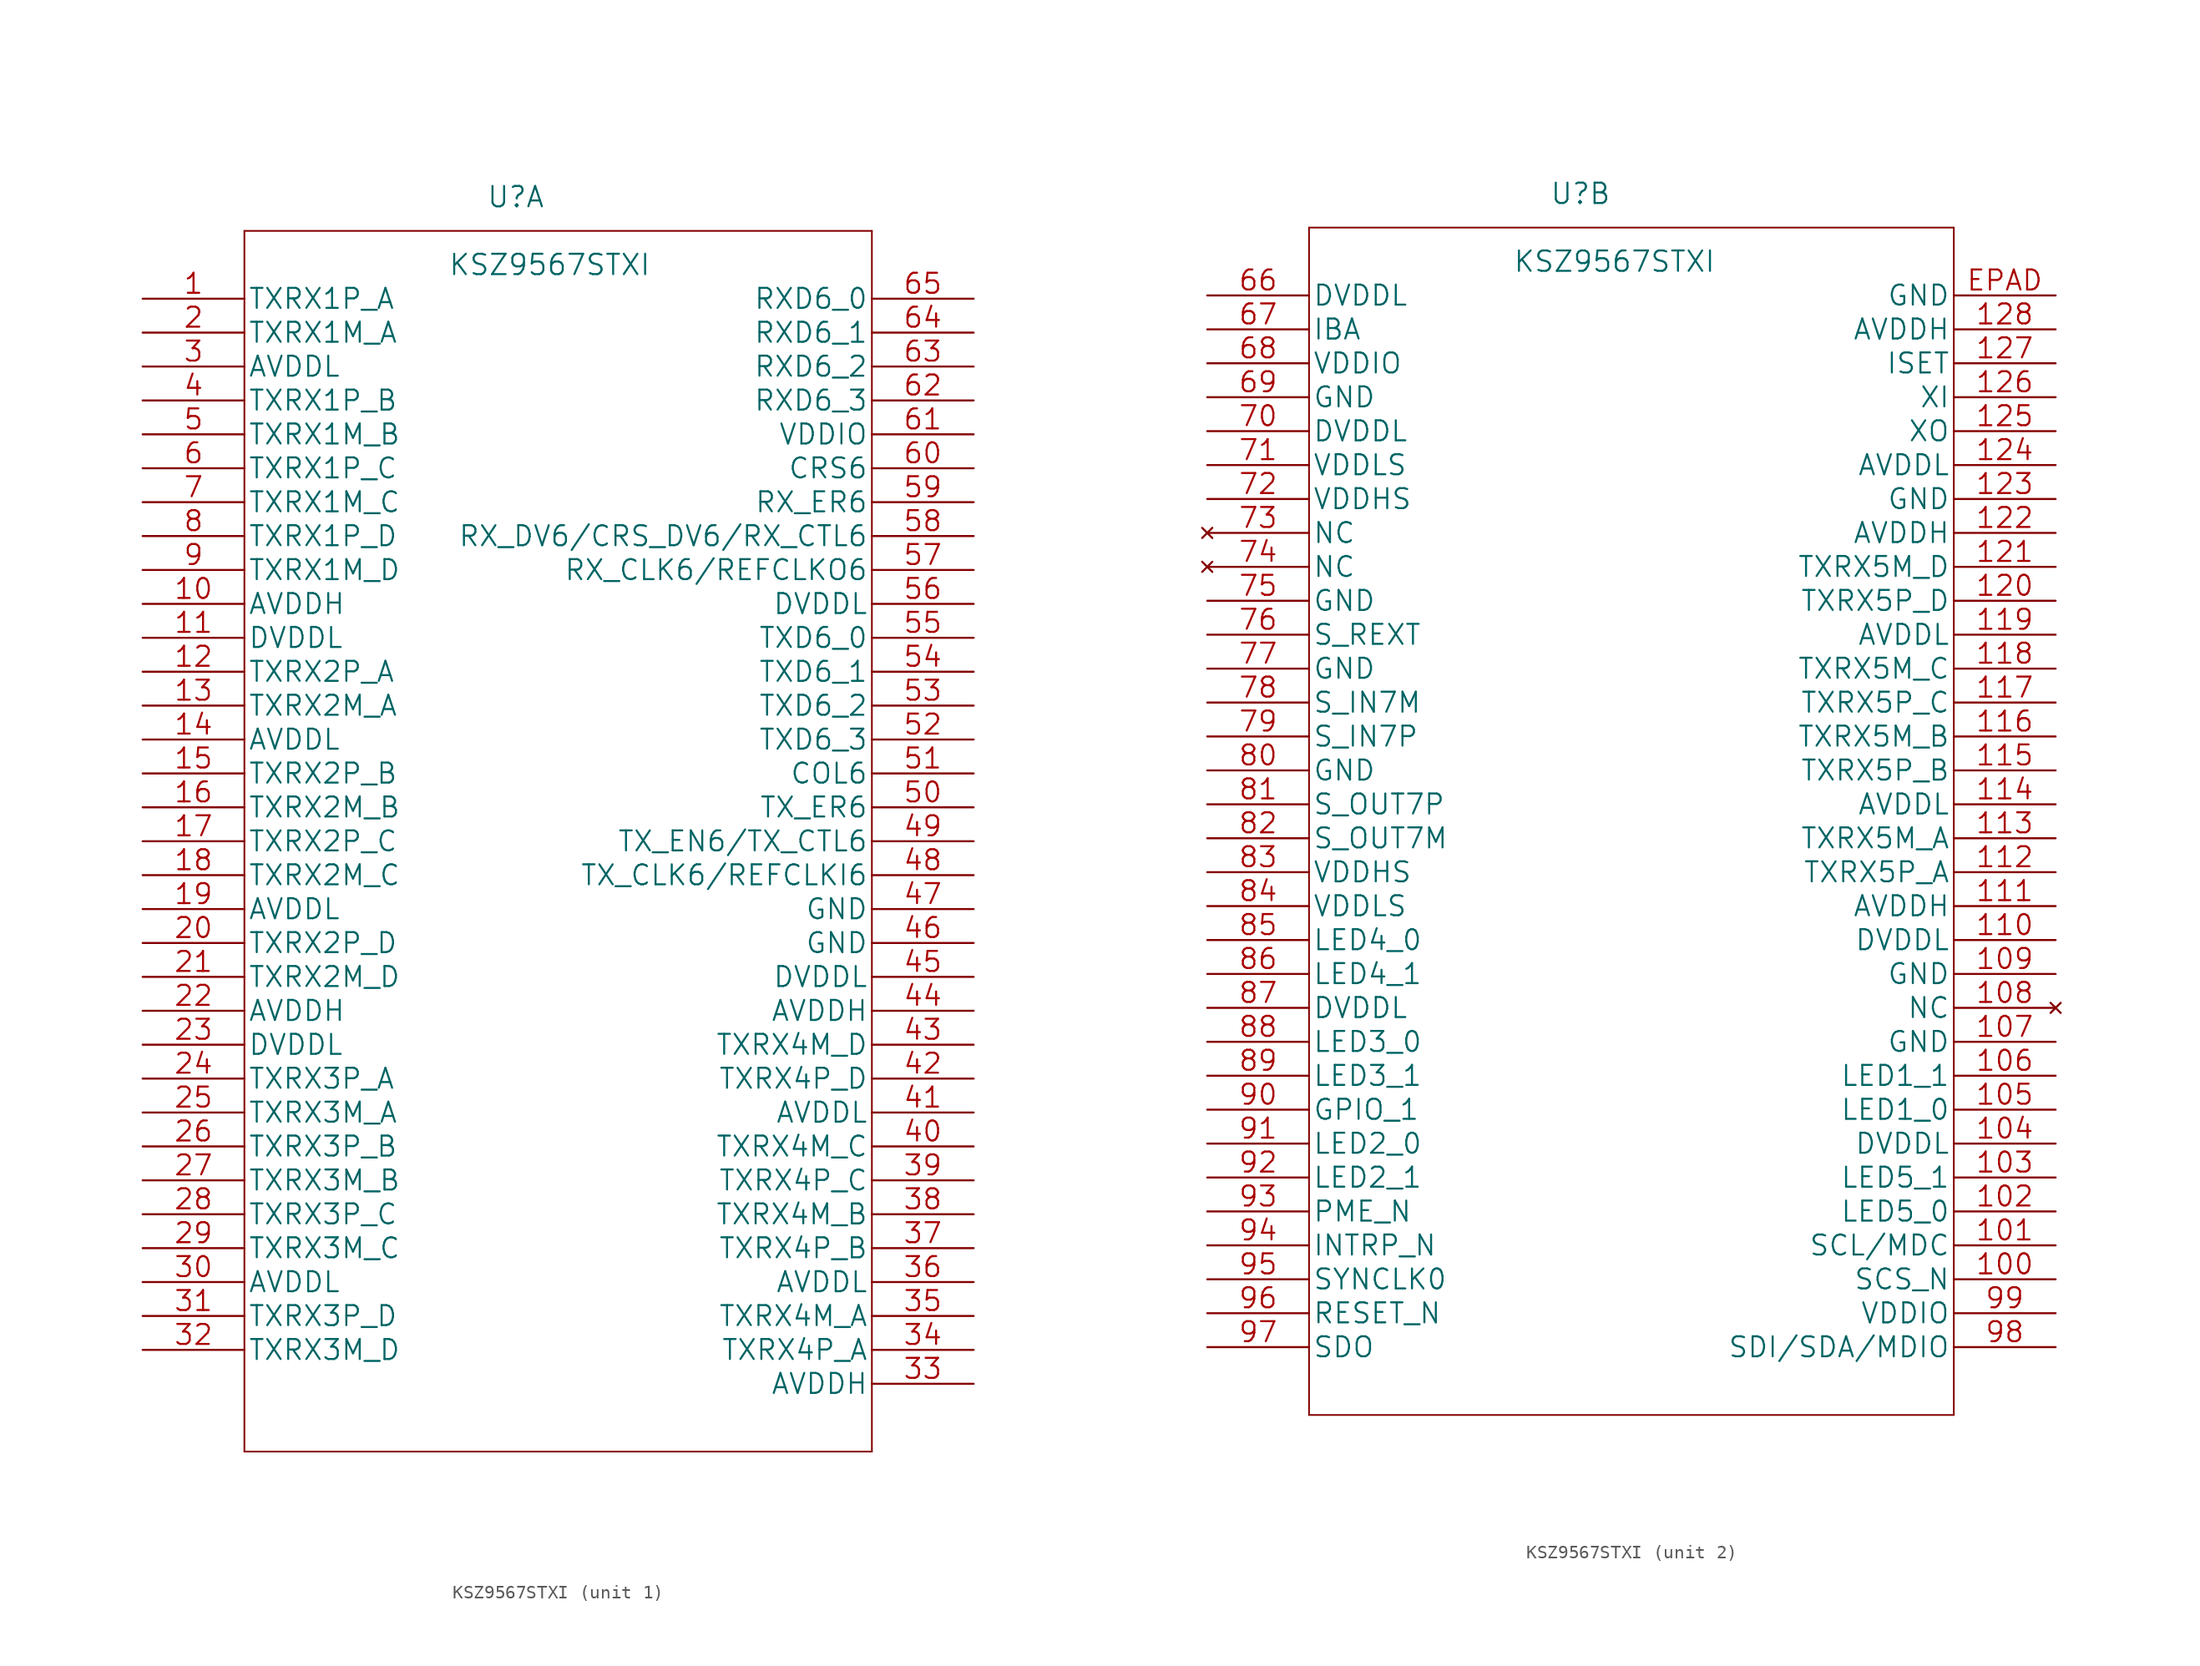
<source format=kicad_sym>
(kicad_symbol_lib
  (version 20220914)
  (generator kicad_symbol_editor)
  (symbol "KSZ9567STXI"
    (pin_names
      (offset 0.254))
    (property "Reference" "U"
      (at 27.94 7.62 0)
      (effects (font (size 1.524 1.524))))
    (property "Value" "KSZ9567STXI"
      (at 30.48 2.54 0)
      (effects (font (size 1.524 1.524))))
    (property "Datasheet" ""
      (at 0 0 0)
      (effects (font (size 1.524 1.524))))
    (property "ki_locked" ""
      (at 0 0 0)
      (effects (font (size 1.27 1.27))))
    (symbol "KSZ9567STXI_1_1"
      (polyline (pts (xy 7.62 -86.36) (xy 54.61 -86.36)) (stroke (width 0.127) (type default)) (fill (type none)))
      (polyline (pts (xy 7.62 5.08) (xy 7.62 -86.36)) (stroke (width 0.127) (type default)) (fill (type none)))
      (polyline (pts (xy 54.61 -86.36) (xy 54.61 5.08)) (stroke (width 0.127) (type default)) (fill (type none)))
      (polyline (pts (xy 54.61 5.08) (xy 7.62 5.08)) (stroke (width 0.127) (type default)) (fill (type none)))
      (pin bidirectional line (at 0 0 0) (length 7.62) (name "TXRX1P_A" (effects (font (size 1.499 1.499)))) (number "1" (effects (font (size 1.499 1.499)))))
      (pin power_in line (at 0 -22.86 0) (length 7.62) (name "AVDDH" (effects (font (size 1.499 1.499)))) (number "10" (effects (font (size 1.499 1.499)))))
      (pin power_in line (at 0 -25.4 0) (length 7.62) (name "DVDDL" (effects (font (size 1.499 1.499)))) (number "11" (effects (font (size 1.499 1.499)))))
      (pin bidirectional line (at 0 -27.94 0) (length 7.62) (name "TXRX2P_A" (effects (font (size 1.499 1.499)))) (number "12" (effects (font (size 1.499 1.499)))))
      (pin bidirectional line (at 0 -30.48 0) (length 7.62) (name "TXRX2M_A" (effects (font (size 1.499 1.499)))) (number "13" (effects (font (size 1.499 1.499)))))
      (pin power_in line (at 0 -33.02 0) (length 7.62) (name "AVDDL" (effects (font (size 1.499 1.499)))) (number "14" (effects (font (size 1.499 1.499)))))
      (pin bidirectional line (at 0 -35.56 0) (length 7.62) (name "TXRX2P_B" (effects (font (size 1.499 1.499)))) (number "15" (effects (font (size 1.499 1.499)))))
      (pin bidirectional line (at 0 -38.1 0) (length 7.62) (name "TXRX2M_B" (effects (font (size 1.499 1.499)))) (number "16" (effects (font (size 1.499 1.499)))))
      (pin bidirectional line (at 0 -40.64 0) (length 7.62) (name "TXRX2P_C" (effects (font (size 1.499 1.499)))) (number "17" (effects (font (size 1.499 1.499)))))
      (pin bidirectional line (at 0 -43.18 0) (length 7.62) (name "TXRX2M_C" (effects (font (size 1.499 1.499)))) (number "18" (effects (font (size 1.499 1.499)))))
      (pin power_in line (at 0 -45.72 0) (length 7.62) (name "AVDDL" (effects (font (size 1.499 1.499)))) (number "19" (effects (font (size 1.499 1.499)))))
      (pin bidirectional line (at 0 -2.54 0) (length 7.62) (name "TXRX1M_A" (effects (font (size 1.499 1.499)))) (number "2" (effects (font (size 1.499 1.499)))))
      (pin bidirectional line (at 0 -48.26 0) (length 7.62) (name "TXRX2P_D" (effects (font (size 1.499 1.499)))) (number "20" (effects (font (size 1.499 1.499)))))
      (pin bidirectional line (at 0 -50.8 0) (length 7.62) (name "TXRX2M_D" (effects (font (size 1.499 1.499)))) (number "21" (effects (font (size 1.499 1.499)))))
      (pin power_in line (at 0 -53.34 0) (length 7.62) (name "AVDDH" (effects (font (size 1.499 1.499)))) (number "22" (effects (font (size 1.499 1.499)))))
      (pin power_in line (at 0 -55.88 0) (length 7.62) (name "DVDDL" (effects (font (size 1.499 1.499)))) (number "23" (effects (font (size 1.499 1.499)))))
      (pin bidirectional line (at 0 -58.42 0) (length 7.62) (name "TXRX3P_A" (effects (font (size 1.499 1.499)))) (number "24" (effects (font (size 1.499 1.499)))))
      (pin bidirectional line (at 0 -60.96 0) (length 7.62) (name "TXRX3M_A" (effects (font (size 1.499 1.499)))) (number "25" (effects (font (size 1.499 1.499)))))
      (pin bidirectional line (at 0 -63.5 0) (length 7.62) (name "TXRX3P_B" (effects (font (size 1.499 1.499)))) (number "26" (effects (font (size 1.499 1.499)))))
      (pin bidirectional line (at 0 -66.04 0) (length 7.62) (name "TXRX3M_B" (effects (font (size 1.499 1.499)))) (number "27" (effects (font (size 1.499 1.499)))))
      (pin bidirectional line (at 0 -68.58 0) (length 7.62) (name "TXRX3P_C" (effects (font (size 1.499 1.499)))) (number "28" (effects (font (size 1.499 1.499)))))
      (pin bidirectional line (at 0 -71.12 0) (length 7.62) (name "TXRX3M_C" (effects (font (size 1.499 1.499)))) (number "29" (effects (font (size 1.499 1.499)))))
      (pin power_in line (at 0 -5.08 0) (length 7.62) (name "AVDDL" (effects (font (size 1.499 1.499)))) (number "3" (effects (font (size 1.499 1.499)))))
      (pin power_in line (at 0 -73.66 0) (length 7.62) (name "AVDDL" (effects (font (size 1.499 1.499)))) (number "30" (effects (font (size 1.499 1.499)))))
      (pin bidirectional line (at 0 -76.2 0) (length 7.62) (name "TXRX3P_D" (effects (font (size 1.499 1.499)))) (number "31" (effects (font (size 1.499 1.499)))))
      (pin bidirectional line (at 0 -78.74 0) (length 7.62) (name "TXRX3M_D" (effects (font (size 1.499 1.499)))) (number "32" (effects (font (size 1.499 1.499)))))
      (pin power_in line (at 62.23 -81.28 180) (length 7.62) (name "AVDDH" (effects (font (size 1.499 1.499)))) (number "33" (effects (font (size 1.499 1.499)))))
      (pin bidirectional line (at 62.23 -78.74 180) (length 7.62) (name "TXRX4P_A" (effects (font (size 1.499 1.499)))) (number "34" (effects (font (size 1.499 1.499)))))
      (pin bidirectional line (at 62.23 -76.2 180) (length 7.62) (name "TXRX4M_A" (effects (font (size 1.499 1.499)))) (number "35" (effects (font (size 1.499 1.499)))))
      (pin power_in line (at 62.23 -73.66 180) (length 7.62) (name "AVDDL" (effects (font (size 1.499 1.499)))) (number "36" (effects (font (size 1.499 1.499)))))
      (pin bidirectional line (at 62.23 -71.12 180) (length 7.62) (name "TXRX4P_B" (effects (font (size 1.499 1.499)))) (number "37" (effects (font (size 1.499 1.499)))))
      (pin bidirectional line (at 62.23 -68.58 180) (length 7.62) (name "TXRX4M_B" (effects (font (size 1.499 1.499)))) (number "38" (effects (font (size 1.499 1.499)))))
      (pin bidirectional line (at 62.23 -66.04 180) (length 7.62) (name "TXRX4P_C" (effects (font (size 1.499 1.499)))) (number "39" (effects (font (size 1.499 1.499)))))
      (pin bidirectional line (at 0 -7.62 0) (length 7.62) (name "TXRX1P_B" (effects (font (size 1.499 1.499)))) (number "4" (effects (font (size 1.499 1.499)))))
      (pin bidirectional line (at 62.23 -63.5 180) (length 7.62) (name "TXRX4M_C" (effects (font (size 1.499 1.499)))) (number "40" (effects (font (size 1.499 1.499)))))
      (pin power_in line (at 62.23 -60.96 180) (length 7.62) (name "AVDDL" (effects (font (size 1.499 1.499)))) (number "41" (effects (font (size 1.499 1.499)))))
      (pin bidirectional line (at 62.23 -58.42 180) (length 7.62) (name "TXRX4P_D" (effects (font (size 1.499 1.499)))) (number "42" (effects (font (size 1.499 1.499)))))
      (pin bidirectional line (at 62.23 -55.88 180) (length 7.62) (name "TXRX4M_D" (effects (font (size 1.499 1.499)))) (number "43" (effects (font (size 1.499 1.499)))))
      (pin power_in line (at 62.23 -53.34 180) (length 7.62) (name "AVDDH" (effects (font (size 1.499 1.499)))) (number "44" (effects (font (size 1.499 1.499)))))
      (pin power_in line (at 62.23 -50.8 180) (length 7.62) (name "DVDDL" (effects (font (size 1.499 1.499)))) (number "45" (effects (font (size 1.499 1.499)))))
      (pin power_in line (at 62.23 -48.26 180) (length 7.62) (name "GND" (effects (font (size 1.499 1.499)))) (number "46" (effects (font (size 1.499 1.499)))))
      (pin power_in line (at 62.23 -45.72 180) (length 7.62) (name "GND" (effects (font (size 1.499 1.499)))) (number "47" (effects (font (size 1.499 1.499)))))
      (pin bidirectional line (at 62.23 -43.18 180) (length 7.62) (name "TX_CLK6/REFCLKI6" (effects (font (size 1.499 1.499)))) (number "48" (effects (font (size 1.499 1.499)))))
      (pin input line (at 62.23 -40.64 180) (length 7.62) (name "TX_EN6/TX_CTL6" (effects (font (size 1.499 1.499)))) (number "49" (effects (font (size 1.499 1.499)))))
      (pin bidirectional line (at 0 -10.16 0) (length 7.62) (name "TXRX1M_B" (effects (font (size 1.499 1.499)))) (number "5" (effects (font (size 1.499 1.499)))))
      (pin input line (at 62.23 -38.1 180) (length 7.62) (name "TX_ER6" (effects (font (size 1.499 1.499)))) (number "50" (effects (font (size 1.499 1.499)))))
      (pin bidirectional line (at 62.23 -35.56 180) (length 7.62) (name "COL6" (effects (font (size 1.499 1.499)))) (number "51" (effects (font (size 1.499 1.499)))))
      (pin input line (at 62.23 -33.02 180) (length 7.62) (name "TXD6_3" (effects (font (size 1.499 1.499)))) (number "52" (effects (font (size 1.499 1.499)))))
      (pin input line (at 62.23 -30.48 180) (length 7.62) (name "TXD6_2" (effects (font (size 1.499 1.499)))) (number "53" (effects (font (size 1.499 1.499)))))
      (pin input line (at 62.23 -27.94 180) (length 7.62) (name "TXD6_1" (effects (font (size 1.499 1.499)))) (number "54" (effects (font (size 1.499 1.499)))))
      (pin input line (at 62.23 -25.4 180) (length 7.62) (name "TXD6_0" (effects (font (size 1.499 1.499)))) (number "55" (effects (font (size 1.499 1.499)))))
      (pin power_in line (at 62.23 -22.86 180) (length 7.62) (name "DVDDL" (effects (font (size 1.499 1.499)))) (number "56" (effects (font (size 1.499 1.499)))))
      (pin bidirectional line (at 62.23 -20.32 180) (length 7.62) (name "RX_CLK6/REFCLKO6" (effects (font (size 1.499 1.499)))) (number "57" (effects (font (size 1.499 1.499)))))
      (pin bidirectional line (at 62.23 -17.78 180) (length 7.62) (name "RX_DV6/CRS_DV6/RX_CTL6" (effects (font (size 1.499 1.499)))) (number "58" (effects (font (size 1.499 1.499)))))
      (pin output line (at 62.23 -15.24 180) (length 7.62) (name "RX_ER6" (effects (font (size 1.499 1.499)))) (number "59" (effects (font (size 1.499 1.499)))))
      (pin bidirectional line (at 0 -12.7 0) (length 7.62) (name "TXRX1P_C" (effects (font (size 1.499 1.499)))) (number "6" (effects (font (size 1.499 1.499)))))
      (pin bidirectional line (at 62.23 -12.7 180) (length 7.62) (name "CRS6" (effects (font (size 1.499 1.499)))) (number "60" (effects (font (size 1.499 1.499)))))
      (pin power_in line (at 62.23 -10.16 180) (length 7.62) (name "VDDIO" (effects (font (size 1.499 1.499)))) (number "61" (effects (font (size 1.499 1.499)))))
      (pin output line (at 62.23 -7.62 180) (length 7.62) (name "RXD6_3" (effects (font (size 1.499 1.499)))) (number "62" (effects (font (size 1.499 1.499)))))
      (pin output line (at 62.23 -5.08 180) (length 7.62) (name "RXD6_2" (effects (font (size 1.499 1.499)))) (number "63" (effects (font (size 1.499 1.499)))))
      (pin output line (at 62.23 -2.54 180) (length 7.62) (name "RXD6_1" (effects (font (size 1.499 1.499)))) (number "64" (effects (font (size 1.499 1.499)))))
      (pin output line (at 62.23 0 180) (length 7.62) (name "RXD6_0" (effects (font (size 1.499 1.499)))) (number "65" (effects (font (size 1.499 1.499)))))
      (pin bidirectional line (at 0 -15.24 0) (length 7.62) (name "TXRX1M_C" (effects (font (size 1.499 1.499)))) (number "7" (effects (font (size 1.499 1.499)))))
      (pin bidirectional line (at 0 -17.78 0) (length 7.62) (name "TXRX1P_D" (effects (font (size 1.499 1.499)))) (number "8" (effects (font (size 1.499 1.499)))))
      (pin bidirectional line (at 0 -20.32 0) (length 7.62) (name "TXRX1M_D" (effects (font (size 1.499 1.499)))) (number "9" (effects (font (size 1.499 1.499))))))
    (symbol "KSZ9567STXI_2_1"
      (polyline (pts (xy 7.62 -83.82) (xy 55.88 -83.82)) (stroke (width 0.127) (type default)) (fill (type none)))
      (polyline (pts (xy 7.62 5.08) (xy 7.62 -83.82)) (stroke (width 0.127) (type default)) (fill (type none)))
      (polyline (pts (xy 55.88 -83.82) (xy 55.88 5.08)) (stroke (width 0.127) (type default)) (fill (type none)))
      (polyline (pts (xy 55.88 5.08) (xy 7.62 5.08)) (stroke (width 0.127) (type default)) (fill (type none)))
      (pin input line (at 63.5 -73.66 180) (length 7.62) (name "SCS_N" (effects (font (size 1.499 1.499)))) (number "100" (effects (font (size 1.499 1.499)))))
      (pin input line (at 63.5 -71.12 180) (length 7.62) (name "SCL/MDC" (effects (font (size 1.499 1.499)))) (number "101" (effects (font (size 1.499 1.499)))))
      (pin bidirectional line (at 63.5 -68.58 180) (length 7.62) (name "LED5_0" (effects (font (size 1.499 1.499)))) (number "102" (effects (font (size 1.499 1.499)))))
      (pin bidirectional line (at 63.5 -66.04 180) (length 7.62) (name "LED5_1" (effects (font (size 1.499 1.499)))) (number "103" (effects (font (size 1.499 1.499)))))
      (pin power_in line (at 63.5 -63.5 180) (length 7.62) (name "DVDDL" (effects (font (size 1.499 1.499)))) (number "104" (effects (font (size 1.499 1.499)))))
      (pin bidirectional line (at 63.5 -60.96 180) (length 7.62) (name "LED1_0" (effects (font (size 1.499 1.499)))) (number "105" (effects (font (size 1.499 1.499)))))
      (pin bidirectional line (at 63.5 -58.42 180) (length 7.62) (name "LED1_1" (effects (font (size 1.499 1.499)))) (number "106" (effects (font (size 1.499 1.499)))))
      (pin power_in line (at 63.5 -55.88 180) (length 7.62) (name "GND" (effects (font (size 1.499 1.499)))) (number "107" (effects (font (size 1.499 1.499)))))
      (pin no_connect line (at 63.5 -53.34 180) (length 7.62) (name "NC" (effects (font (size 1.499 1.499)))) (number "108" (effects (font (size 1.499 1.499)))))
      (pin power_in line (at 63.5 -50.8 180) (length 7.62) (name "GND" (effects (font (size 1.499 1.499)))) (number "109" (effects (font (size 1.499 1.499)))))
      (pin power_in line (at 63.5 -48.26 180) (length 7.62) (name "DVDDL" (effects (font (size 1.499 1.499)))) (number "110" (effects (font (size 1.499 1.499)))))
      (pin power_in line (at 63.5 -45.72 180) (length 7.62) (name "AVDDH" (effects (font (size 1.499 1.499)))) (number "111" (effects (font (size 1.499 1.499)))))
      (pin bidirectional line (at 63.5 -43.18 180) (length 7.62) (name "TXRX5P_A" (effects (font (size 1.499 1.499)))) (number "112" (effects (font (size 1.499 1.499)))))
      (pin bidirectional line (at 63.5 -40.64 180) (length 7.62) (name "TXRX5M_A" (effects (font (size 1.499 1.499)))) (number "113" (effects (font (size 1.499 1.499)))))
      (pin power_in line (at 63.5 -38.1 180) (length 7.62) (name "AVDDL" (effects (font (size 1.499 1.499)))) (number "114" (effects (font (size 1.499 1.499)))))
      (pin bidirectional line (at 63.5 -35.56 180) (length 7.62) (name "TXRX5P_B" (effects (font (size 1.499 1.499)))) (number "115" (effects (font (size 1.499 1.499)))))
      (pin bidirectional line (at 63.5 -33.02 180) (length 7.62) (name "TXRX5M_B" (effects (font (size 1.499 1.499)))) (number "116" (effects (font (size 1.499 1.499)))))
      (pin bidirectional line (at 63.5 -30.48 180) (length 7.62) (name "TXRX5P_C" (effects (font (size 1.499 1.499)))) (number "117" (effects (font (size 1.499 1.499)))))
      (pin bidirectional line (at 63.5 -27.94 180) (length 7.62) (name "TXRX5M_C" (effects (font (size 1.499 1.499)))) (number "118" (effects (font (size 1.499 1.499)))))
      (pin power_in line (at 63.5 -25.4 180) (length 7.62) (name "AVDDL" (effects (font (size 1.499 1.499)))) (number "119" (effects (font (size 1.499 1.499)))))
      (pin bidirectional line (at 63.5 -22.86 180) (length 7.62) (name "TXRX5P_D" (effects (font (size 1.499 1.499)))) (number "120" (effects (font (size 1.499 1.499)))))
      (pin bidirectional line (at 63.5 -20.32 180) (length 7.62) (name "TXRX5M_D" (effects (font (size 1.499 1.499)))) (number "121" (effects (font (size 1.499 1.499)))))
      (pin power_in line (at 63.5 -17.78 180) (length 7.62) (name "AVDDH" (effects (font (size 1.499 1.499)))) (number "122" (effects (font (size 1.499 1.499)))))
      (pin power_in line (at 63.5 -15.24 180) (length 7.62) (name "GND" (effects (font (size 1.499 1.499)))) (number "123" (effects (font (size 1.499 1.499)))))
      (pin power_in line (at 63.5 -12.7 180) (length 7.62) (name "AVDDL" (effects (font (size 1.499 1.499)))) (number "124" (effects (font (size 1.499 1.499)))))
      (pin output line (at 63.5 -10.16 180) (length 7.62) (name "XO" (effects (font (size 1.499 1.499)))) (number "125" (effects (font (size 1.499 1.499)))))
      (pin input line (at 63.5 -7.62 180) (length 7.62) (name "XI" (effects (font (size 1.499 1.499)))) (number "126" (effects (font (size 1.499 1.499)))))
      (pin passive line (at 63.5 -5.08 180) (length 7.62) (name "ISET" (effects (font (size 1.499 1.499)))) (number "127" (effects (font (size 1.499 1.499)))))
      (pin power_in line (at 63.5 -2.54 180) (length 7.62) (name "AVDDH" (effects (font (size 1.499 1.499)))) (number "128" (effects (font (size 1.499 1.499)))))
      (pin power_in line (at 0 0 0) (length 7.62) (name "DVDDL" (effects (font (size 1.499 1.499)))) (number "66" (effects (font (size 1.499 1.499)))))
      (pin input line (at 0 -2.54 0) (length 7.62) (name "IBA" (effects (font (size 1.499 1.499)))) (number "67" (effects (font (size 1.499 1.499)))))
      (pin power_in line (at 0 -5.08 0) (length 7.62) (name "VDDIO" (effects (font (size 1.499 1.499)))) (number "68" (effects (font (size 1.499 1.499)))))
      (pin power_in line (at 0 -7.62 0) (length 7.62) (name "GND" (effects (font (size 1.499 1.499)))) (number "69" (effects (font (size 1.499 1.499)))))
      (pin power_in line (at 0 -10.16 0) (length 7.62) (name "DVDDL" (effects (font (size 1.499 1.499)))) (number "70" (effects (font (size 1.499 1.499)))))
      (pin power_in line (at 0 -12.7 0) (length 7.62) (name "VDDLS" (effects (font (size 1.499 1.499)))) (number "71" (effects (font (size 1.499 1.499)))))
      (pin input line (at 0 -15.24 0) (length 7.62) (name "VDDHS" (effects (font (size 1.499 1.499)))) (number "72" (effects (font (size 1.499 1.499)))))
      (pin no_connect line (at 0 -17.78 0) (length 7.62) (name "NC" (effects (font (size 1.499 1.499)))) (number "73" (effects (font (size 1.499 1.499)))))
      (pin no_connect line (at 0 -20.32 0) (length 7.62) (name "NC" (effects (font (size 1.499 1.499)))) (number "74" (effects (font (size 1.499 1.499)))))
      (pin power_in line (at 0 -22.86 0) (length 7.62) (name "GND" (effects (font (size 1.499 1.499)))) (number "75" (effects (font (size 1.499 1.499)))))
      (pin passive line (at 0 -25.4 0) (length 7.62) (name "S_REXT" (effects (font (size 1.499 1.499)))) (number "76" (effects (font (size 1.499 1.499)))))
      (pin power_in line (at 0 -27.94 0) (length 7.62) (name "GND" (effects (font (size 1.499 1.499)))) (number "77" (effects (font (size 1.499 1.499)))))
      (pin input line (at 0 -30.48 0) (length 7.62) (name "S_IN7M" (effects (font (size 1.499 1.499)))) (number "78" (effects (font (size 1.499 1.499)))))
      (pin input line (at 0 -33.02 0) (length 7.62) (name "S_IN7P" (effects (font (size 1.499 1.499)))) (number "79" (effects (font (size 1.499 1.499)))))
      (pin power_in line (at 0 -35.56 0) (length 7.62) (name "GND" (effects (font (size 1.499 1.499)))) (number "80" (effects (font (size 1.499 1.499)))))
      (pin output line (at 0 -38.1 0) (length 7.62) (name "S_OUT7P" (effects (font (size 1.499 1.499)))) (number "81" (effects (font (size 1.499 1.499)))))
      (pin output line (at 0 -40.64 0) (length 7.62) (name "S_OUT7M" (effects (font (size 1.499 1.499)))) (number "82" (effects (font (size 1.499 1.499)))))
      (pin power_in line (at 0 -43.18 0) (length 7.62) (name "VDDHS" (effects (font (size 1.499 1.499)))) (number "83" (effects (font (size 1.499 1.499)))))
      (pin power_in line (at 0 -45.72 0) (length 7.62) (name "VDDLS" (effects (font (size 1.499 1.499)))) (number "84" (effects (font (size 1.499 1.499)))))
      (pin bidirectional line (at 0 -48.26 0) (length 7.62) (name "LED4_0" (effects (font (size 1.499 1.499)))) (number "85" (effects (font (size 1.499 1.499)))))
      (pin bidirectional line (at 0 -50.8 0) (length 7.62) (name "LED4_1" (effects (font (size 1.499 1.499)))) (number "86" (effects (font (size 1.499 1.499)))))
      (pin power_in line (at 0 -53.34 0) (length 7.62) (name "DVDDL" (effects (font (size 1.499 1.499)))) (number "87" (effects (font (size 1.499 1.499)))))
      (pin bidirectional line (at 0 -55.88 0) (length 7.62) (name "LED3_0" (effects (font (size 1.499 1.499)))) (number "88" (effects (font (size 1.499 1.499)))))
      (pin bidirectional line (at 0 -58.42 0) (length 7.62) (name "LED3_1" (effects (font (size 1.499 1.499)))) (number "89" (effects (font (size 1.499 1.499)))))
      (pin bidirectional line (at 0 -60.96 0) (length 7.62) (name "GPIO_1" (effects (font (size 1.499 1.499)))) (number "90" (effects (font (size 1.499 1.499)))))
      (pin bidirectional line (at 0 -63.5 0) (length 7.62) (name "LED2_0" (effects (font (size 1.499 1.499)))) (number "91" (effects (font (size 1.499 1.499)))))
      (pin bidirectional line (at 0 -66.04 0) (length 7.62) (name "LED2_1" (effects (font (size 1.499 1.499)))) (number "92" (effects (font (size 1.499 1.499)))))
      (pin bidirectional line (at 0 -68.58 0) (length 7.62) (name "PME_N" (effects (font (size 1.499 1.499)))) (number "93" (effects (font (size 1.499 1.499)))))
      (pin output line (at 0 -71.12 0) (length 7.62) (name "INTRP_N" (effects (font (size 1.499 1.499)))) (number "94" (effects (font (size 1.499 1.499)))))
      (pin input line (at 0 -73.66 0) (length 7.62) (name "SYNCLK0" (effects (font (size 1.499 1.499)))) (number "95" (effects (font (size 1.499 1.499)))))
      (pin input line (at 0 -76.2 0) (length 7.62) (name "RESET_N" (effects (font (size 1.499 1.499)))) (number "96" (effects (font (size 1.499 1.499)))))
      (pin output line (at 0 -78.74 0) (length 7.62) (name "SDO" (effects (font (size 1.499 1.499)))) (number "97" (effects (font (size 1.499 1.499)))))
      (pin bidirectional line (at 63.5 -78.74 180) (length 7.62) (name "SDI/SDA/MDIO" (effects (font (size 1.499 1.499)))) (number "98" (effects (font (size 1.499 1.499)))))
      (pin power_in line (at 63.5 -76.2 180) (length 7.62) (name "VDDIO" (effects (font (size 1.499 1.499)))) (number "99" (effects (font (size 1.499 1.499)))))
      (pin power_in line (at 63.5 0 180) (length 7.62) (name "GND" (effects (font (size 1.499 1.499)))) (number "EPAD" (effects (font (size 1.499 1.499))))))))
</source>
